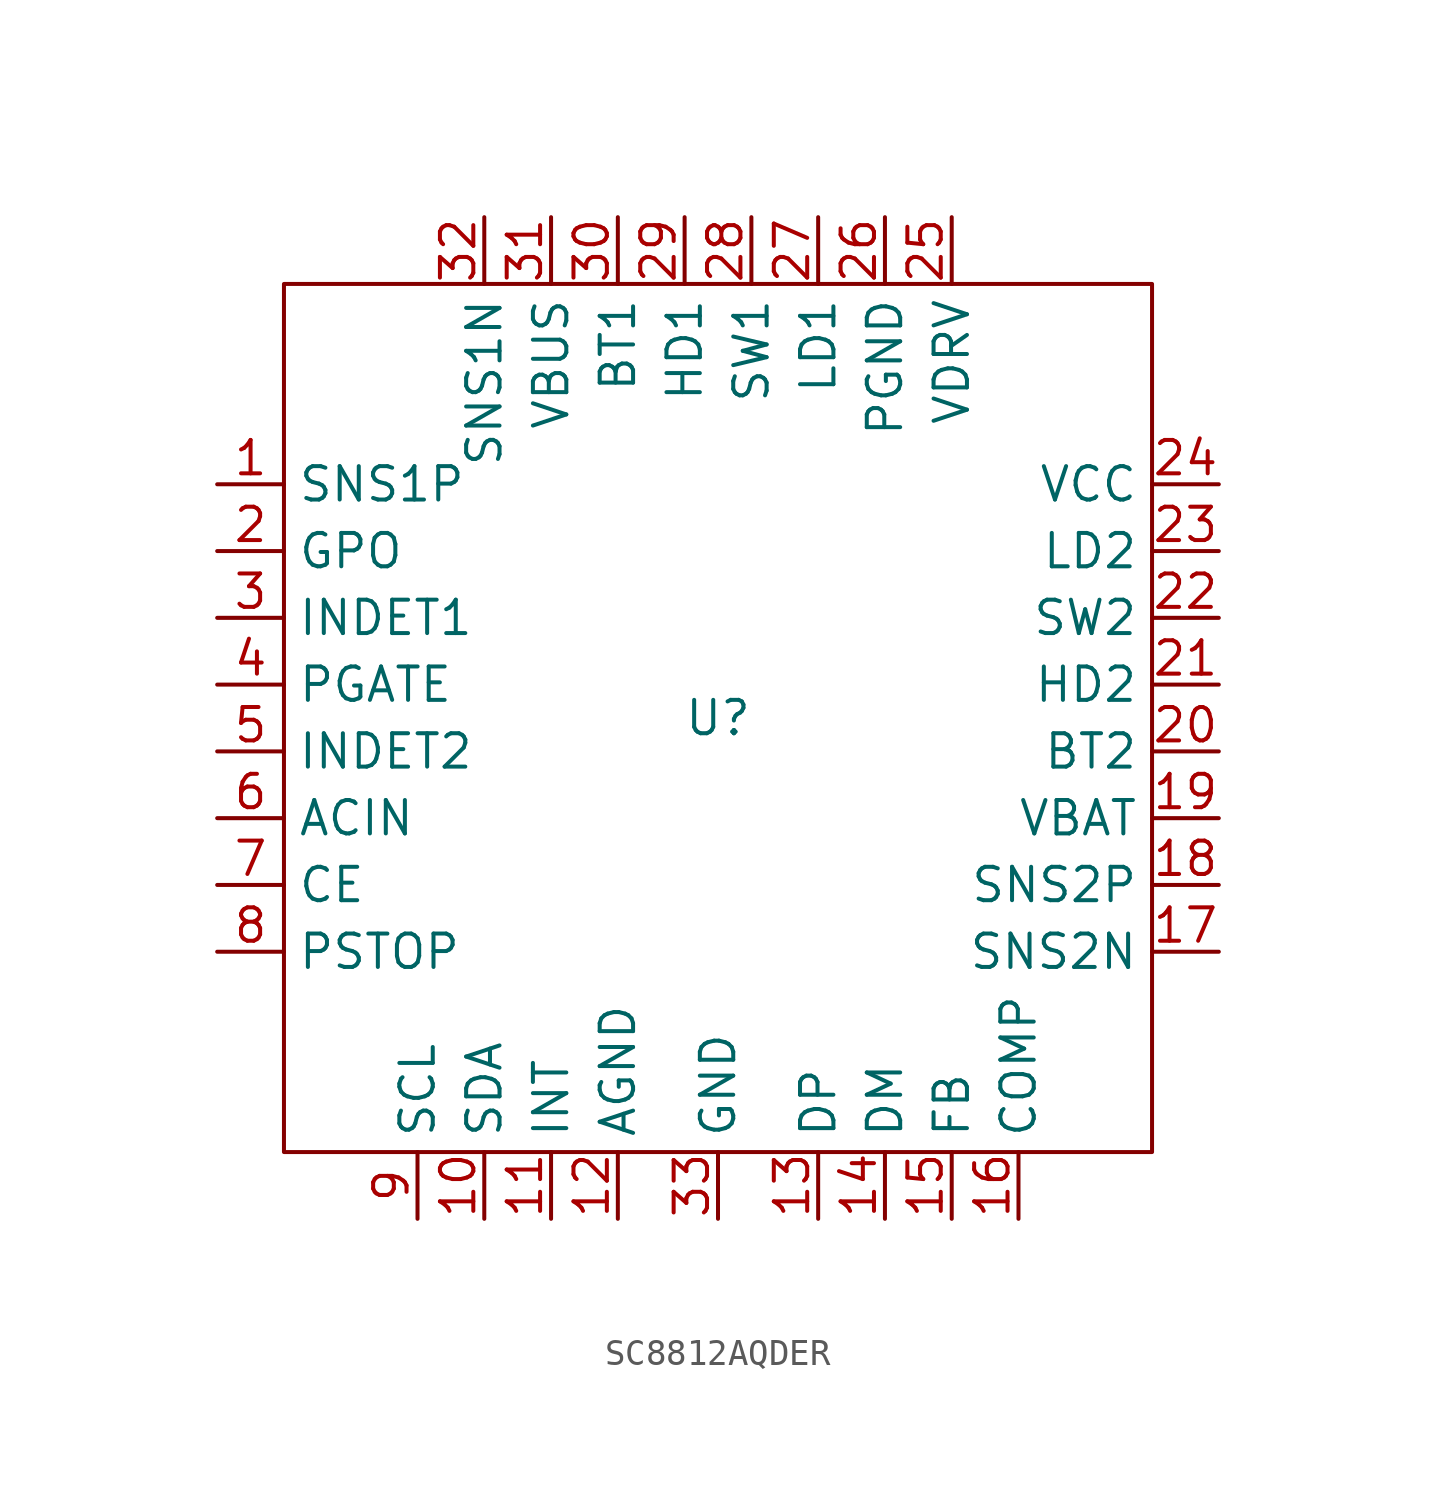
<source format=kicad_sym>
(kicad_symbol_lib
  (version 20231120)
  (generator "kicad_symbol_editor")
  (generator_version "8.0")
  (symbol "SC8812AQDER"
    (property "Reference" "U"
      (at 0 0 0)
      (effects (font (size 1.27 1.27))))
    (property "Value" ""
      (at -2.54 -2.54 0)
      (effects (font (size 1.27 1.27))))
    (symbol "SC8812AQDER_0_1"
      (rectangle (start -16.51 16.51) (end 16.51 -16.51) (stroke (width 0) (type default)) (fill (type none))))
    (symbol "SC8812AQDER_1_1"
      (pin bidirectional line (at -19.05 8.89 0) (length 2.54) (name "SNS1P" (effects (font (size 1.27 1.27)))) (number "1" (effects (font (size 1.27 1.27)))))
      (pin bidirectional line (at -8.89 -19.05 90) (length 2.54) (name "SDA" (effects (font (size 1.27 1.27)))) (number "10" (effects (font (size 1.27 1.27)))))
      (pin bidirectional line (at -6.35 -19.05 90) (length 2.54) (name "INT" (effects (font (size 1.27 1.27)))) (number "11" (effects (font (size 1.27 1.27)))))
      (pin bidirectional line (at -3.81 -19.05 90) (length 2.54) (name "AGND" (effects (font (size 1.27 1.27)))) (number "12" (effects (font (size 1.27 1.27)))))
      (pin bidirectional line (at 3.81 -19.05 90) (length 2.54) (name "DP" (effects (font (size 1.27 1.27)))) (number "13" (effects (font (size 1.27 1.27)))))
      (pin bidirectional line (at 6.35 -19.05 90) (length 2.54) (name "DM" (effects (font (size 1.27 1.27)))) (number "14" (effects (font (size 1.27 1.27)))))
      (pin bidirectional line (at 8.89 -19.05 90) (length 2.54) (name "FB" (effects (font (size 1.27 1.27)))) (number "15" (effects (font (size 1.27 1.27)))))
      (pin bidirectional line (at 11.43 -19.05 90) (length 2.54) (name "COMP" (effects (font (size 1.27 1.27)))) (number "16" (effects (font (size 1.27 1.27)))))
      (pin bidirectional line (at 19.05 -8.89 180) (length 2.54) (name "SNS2N" (effects (font (size 1.27 1.27)))) (number "17" (effects (font (size 1.27 1.27)))))
      (pin bidirectional line (at 19.05 -6.35 180) (length 2.54) (name "SNS2P" (effects (font (size 1.27 1.27)))) (number "18" (effects (font (size 1.27 1.27)))))
      (pin bidirectional line (at 19.05 -3.81 180) (length 2.54) (name "VBAT" (effects (font (size 1.27 1.27)))) (number "19" (effects (font (size 1.27 1.27)))))
      (pin bidirectional line (at -19.05 6.35 0) (length 2.54) (name "GPO" (effects (font (size 1.27 1.27)))) (number "2" (effects (font (size 1.27 1.27)))))
      (pin bidirectional line (at 19.05 -1.27 180) (length 2.54) (name "BT2" (effects (font (size 1.27 1.27)))) (number "20" (effects (font (size 1.27 1.27)))))
      (pin bidirectional line (at 19.05 1.27 180) (length 2.54) (name "HD2" (effects (font (size 1.27 1.27)))) (number "21" (effects (font (size 1.27 1.27)))))
      (pin bidirectional line (at 19.05 3.81 180) (length 2.54) (name "SW2" (effects (font (size 1.27 1.27)))) (number "22" (effects (font (size 1.27 1.27)))))
      (pin bidirectional line (at 19.05 6.35 180) (length 2.54) (name "LD2" (effects (font (size 1.27 1.27)))) (number "23" (effects (font (size 1.27 1.27)))))
      (pin bidirectional line (at 19.05 8.89 180) (length 2.54) (name "VCC" (effects (font (size 1.27 1.27)))) (number "24" (effects (font (size 1.27 1.27)))))
      (pin bidirectional line (at 8.89 19.05 270) (length 2.54) (name "VDRV" (effects (font (size 1.27 1.27)))) (number "25" (effects (font (size 1.27 1.27)))))
      (pin bidirectional line (at 6.35 19.05 270) (length 2.54) (name "PGND" (effects (font (size 1.27 1.27)))) (number "26" (effects (font (size 1.27 1.27)))))
      (pin bidirectional line (at 3.81 19.05 270) (length 2.54) (name "LD1" (effects (font (size 1.27 1.27)))) (number "27" (effects (font (size 1.27 1.27)))))
      (pin bidirectional line (at 1.27 19.05 270) (length 2.54) (name "SW1" (effects (font (size 1.27 1.27)))) (number "28" (effects (font (size 1.27 1.27)))))
      (pin bidirectional line (at -1.27 19.05 270) (length 2.54) (name "HD1" (effects (font (size 1.27 1.27)))) (number "29" (effects (font (size 1.27 1.27)))))
      (pin bidirectional line (at -19.05 3.81 0) (length 2.54) (name "INDET1" (effects (font (size 1.27 1.27)))) (number "3" (effects (font (size 1.27 1.27)))))
      (pin bidirectional line (at -3.81 19.05 270) (length 2.54) (name "BT1" (effects (font (size 1.27 1.27)))) (number "30" (effects (font (size 1.27 1.27)))))
      (pin bidirectional line (at -6.35 19.05 270) (length 2.54) (name "VBUS" (effects (font (size 1.27 1.27)))) (number "31" (effects (font (size 1.27 1.27)))))
      (pin bidirectional line (at -8.89 19.05 270) (length 2.54) (name "SNS1N" (effects (font (size 1.27 1.27)))) (number "32" (effects (font (size 1.27 1.27)))))
      (pin bidirectional line (at 0 -19.05 90) (length 2.54) (name "GND" (effects (font (size 1.27 1.27)))) (number "33" (effects (font (size 1.27 1.27)))))
      (pin bidirectional line (at -19.05 1.27 0) (length 2.54) (name "PGATE" (effects (font (size 1.27 1.27)))) (number "4" (effects (font (size 1.27 1.27)))) (alternate "PGATE/DITHER" bidirectional line))
      (pin bidirectional line (at -19.05 -1.27 0) (length 2.54) (name "INDET2" (effects (font (size 1.27 1.27)))) (number "5" (effects (font (size 1.27 1.27)))))
      (pin bidirectional line (at -19.05 -3.81 0) (length 2.54) (name "ACIN" (effects (font (size 1.27 1.27)))) (number "6" (effects (font (size 1.27 1.27)))))
      (pin bidirectional line (at -19.05 -6.35 0) (length 2.54) (name "CE" (effects (font (size 1.27 1.27)))) (number "7" (effects (font (size 1.27 1.27)))))
      (pin bidirectional line (at -19.05 -8.89 0) (length 2.54) (name "PSTOP" (effects (font (size 1.27 1.27)))) (number "8" (effects (font (size 1.27 1.27)))))
      (pin bidirectional line (at -11.43 -19.05 90) (length 2.54) (name "SCL" (effects (font (size 1.27 1.27)))) (number "9" (effects (font (size 1.27 1.27))))))))
</source>
